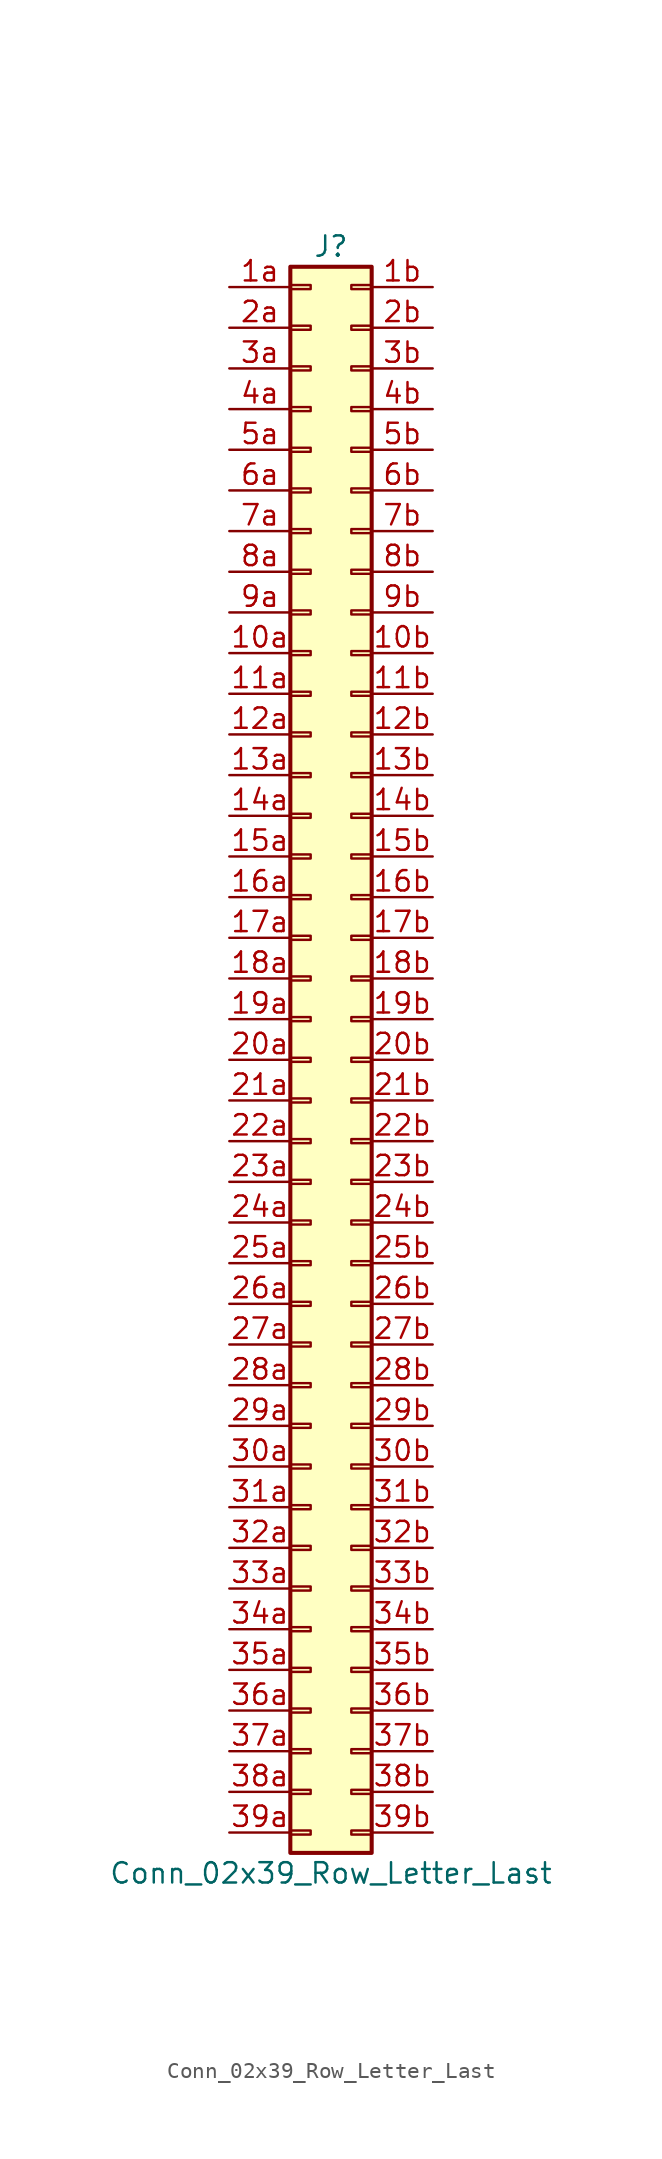
<source format=kicad_sym>
(kicad_symbol_lib
  (version 20201005)
  (generator kicad_symbol_editor)
  (symbol "Conn_02x39_Row_Letter_Last"
    (pin_names
      (offset 1.016) hide)
    (property "Reference" "J"
      (at 1.27 50.8 0)
      (effects (font (size 1.27 1.27))))
    (property "Value" "Conn_02x39_Row_Letter_Last"
      (at 1.27 -50.8 0)
      (effects (font (size 1.27 1.27))))
    (symbol "Conn_02x39_Row_Letter_Last_1_1"
      (rectangle (start -1.27 -48.133) (end 0 -48.387) (stroke (width 0.152)) (fill (type none)))
      (rectangle (start -1.27 -45.593) (end 0 -45.847) (stroke (width 0.152)) (fill (type none)))
      (rectangle (start -1.27 -43.053) (end 0 -43.307) (stroke (width 0.152)) (fill (type none)))
      (rectangle (start -1.27 -40.513) (end 0 -40.767) (stroke (width 0.152)) (fill (type none)))
      (rectangle (start -1.27 -37.973) (end 0 -38.227) (stroke (width 0.152)) (fill (type none)))
      (rectangle (start -1.27 -35.433) (end 0 -35.687) (stroke (width 0.152)) (fill (type none)))
      (rectangle (start -1.27 -32.893) (end 0 -33.147) (stroke (width 0.152)) (fill (type none)))
      (rectangle (start -1.27 -30.353) (end 0 -30.607) (stroke (width 0.152)) (fill (type none)))
      (rectangle (start -1.27 -27.813) (end 0 -28.067) (stroke (width 0.152)) (fill (type none)))
      (rectangle (start -1.27 -25.273) (end 0 -25.527) (stroke (width 0.152)) (fill (type none)))
      (rectangle (start -1.27 -22.733) (end 0 -22.987) (stroke (width 0.152)) (fill (type none)))
      (rectangle (start -1.27 -20.193) (end 0 -20.447) (stroke (width 0.152)) (fill (type none)))
      (rectangle (start -1.27 -17.653) (end 0 -17.907) (stroke (width 0.152)) (fill (type none)))
      (rectangle (start -1.27 -15.113) (end 0 -15.367) (stroke (width 0.152)) (fill (type none)))
      (rectangle (start -1.27 -12.573) (end 0 -12.827) (stroke (width 0.152)) (fill (type none)))
      (rectangle (start -1.27 -10.033) (end 0 -10.287) (stroke (width 0.152)) (fill (type none)))
      (rectangle (start -1.27 -7.493) (end 0 -7.747) (stroke (width 0.152)) (fill (type none)))
      (rectangle (start -1.27 -4.953) (end 0 -5.207) (stroke (width 0.152)) (fill (type none)))
      (rectangle (start -1.27 -2.413) (end 0 -2.667) (stroke (width 0.152)) (fill (type none)))
      (rectangle (start -1.27 0.127) (end 0 -0.127) (stroke (width 0.152)) (fill (type none)))
      (rectangle (start -1.27 2.667) (end 0 2.413) (stroke (width 0.152)) (fill (type none)))
      (rectangle (start -1.27 5.207) (end 0 4.953) (stroke (width 0.152)) (fill (type none)))
      (rectangle (start -1.27 7.747) (end 0 7.493) (stroke (width 0.152)) (fill (type none)))
      (rectangle (start -1.27 10.287) (end 0 10.033) (stroke (width 0.152)) (fill (type none)))
      (rectangle (start -1.27 12.827) (end 0 12.573) (stroke (width 0.152)) (fill (type none)))
      (rectangle (start -1.27 15.367) (end 0 15.113) (stroke (width 0.152)) (fill (type none)))
      (rectangle (start -1.27 17.907) (end 0 17.653) (stroke (width 0.152)) (fill (type none)))
      (rectangle (start -1.27 20.447) (end 0 20.193) (stroke (width 0.152)) (fill (type none)))
      (rectangle (start -1.27 22.987) (end 0 22.733) (stroke (width 0.152)) (fill (type none)))
      (rectangle (start -1.27 25.527) (end 0 25.273) (stroke (width 0.152)) (fill (type none)))
      (rectangle (start -1.27 28.067) (end 0 27.813) (stroke (width 0.152)) (fill (type none)))
      (rectangle (start -1.27 30.607) (end 0 30.353) (stroke (width 0.152)) (fill (type none)))
      (rectangle (start -1.27 33.147) (end 0 32.893) (stroke (width 0.152)) (fill (type none)))
      (rectangle (start -1.27 35.687) (end 0 35.433) (stroke (width 0.152)) (fill (type none)))
      (rectangle (start -1.27 38.227) (end 0 37.973) (stroke (width 0.152)) (fill (type none)))
      (rectangle (start -1.27 40.767) (end 0 40.513) (stroke (width 0.152)) (fill (type none)))
      (rectangle (start -1.27 43.307) (end 0 43.053) (stroke (width 0.152)) (fill (type none)))
      (rectangle (start -1.27 45.847) (end 0 45.593) (stroke (width 0.152)) (fill (type none)))
      (rectangle (start -1.27 48.387) (end 0 48.133) (stroke (width 0.152)) (fill (type none)))
      (rectangle (start 3.81 -48.133) (end 2.54 -48.387) (stroke (width 0.152)) (fill (type none)))
      (rectangle (start 3.81 -45.593) (end 2.54 -45.847) (stroke (width 0.152)) (fill (type none)))
      (rectangle (start 3.81 -43.053) (end 2.54 -43.307) (stroke (width 0.152)) (fill (type none)))
      (rectangle (start 3.81 -40.513) (end 2.54 -40.767) (stroke (width 0.152)) (fill (type none)))
      (rectangle (start 3.81 -37.973) (end 2.54 -38.227) (stroke (width 0.152)) (fill (type none)))
      (rectangle (start 3.81 -35.433) (end 2.54 -35.687) (stroke (width 0.152)) (fill (type none)))
      (rectangle (start 3.81 -32.893) (end 2.54 -33.147) (stroke (width 0.152)) (fill (type none)))
      (rectangle (start 3.81 -30.353) (end 2.54 -30.607) (stroke (width 0.152)) (fill (type none)))
      (rectangle (start 3.81 -27.813) (end 2.54 -28.067) (stroke (width 0.152)) (fill (type none)))
      (rectangle (start 3.81 -25.273) (end 2.54 -25.527) (stroke (width 0.152)) (fill (type none)))
      (rectangle (start 3.81 -22.733) (end 2.54 -22.987) (stroke (width 0.152)) (fill (type none)))
      (rectangle (start 3.81 -20.193) (end 2.54 -20.447) (stroke (width 0.152)) (fill (type none)))
      (rectangle (start 3.81 -17.653) (end 2.54 -17.907) (stroke (width 0.152)) (fill (type none)))
      (rectangle (start 3.81 -15.113) (end 2.54 -15.367) (stroke (width 0.152)) (fill (type none)))
      (rectangle (start 3.81 -12.573) (end 2.54 -12.827) (stroke (width 0.152)) (fill (type none)))
      (rectangle (start 3.81 -10.033) (end 2.54 -10.287) (stroke (width 0.152)) (fill (type none)))
      (rectangle (start 3.81 -7.493) (end 2.54 -7.747) (stroke (width 0.152)) (fill (type none)))
      (rectangle (start 3.81 -4.953) (end 2.54 -5.207) (stroke (width 0.152)) (fill (type none)))
      (rectangle (start 3.81 -2.413) (end 2.54 -2.667) (stroke (width 0.152)) (fill (type none)))
      (rectangle (start 3.81 0.127) (end 2.54 -0.127) (stroke (width 0.152)) (fill (type none)))
      (rectangle (start 3.81 2.667) (end 2.54 2.413) (stroke (width 0.152)) (fill (type none)))
      (rectangle (start 3.81 5.207) (end 2.54 4.953) (stroke (width 0.152)) (fill (type none)))
      (rectangle (start 3.81 7.747) (end 2.54 7.493) (stroke (width 0.152)) (fill (type none)))
      (rectangle (start 3.81 10.287) (end 2.54 10.033) (stroke (width 0.152)) (fill (type none)))
      (rectangle (start 3.81 12.827) (end 2.54 12.573) (stroke (width 0.152)) (fill (type none)))
      (rectangle (start 3.81 15.367) (end 2.54 15.113) (stroke (width 0.152)) (fill (type none)))
      (rectangle (start 3.81 17.907) (end 2.54 17.653) (stroke (width 0.152)) (fill (type none)))
      (rectangle (start 3.81 20.447) (end 2.54 20.193) (stroke (width 0.152)) (fill (type none)))
      (rectangle (start 3.81 22.987) (end 2.54 22.733) (stroke (width 0.152)) (fill (type none)))
      (rectangle (start 3.81 25.527) (end 2.54 25.273) (stroke (width 0.152)) (fill (type none)))
      (rectangle (start 3.81 28.067) (end 2.54 27.813) (stroke (width 0.152)) (fill (type none)))
      (rectangle (start 3.81 30.607) (end 2.54 30.353) (stroke (width 0.152)) (fill (type none)))
      (rectangle (start 3.81 33.147) (end 2.54 32.893) (stroke (width 0.152)) (fill (type none)))
      (rectangle (start 3.81 35.687) (end 2.54 35.433) (stroke (width 0.152)) (fill (type none)))
      (rectangle (start 3.81 38.227) (end 2.54 37.973) (stroke (width 0.152)) (fill (type none)))
      (rectangle (start 3.81 40.767) (end 2.54 40.513) (stroke (width 0.152)) (fill (type none)))
      (rectangle (start 3.81 43.307) (end 2.54 43.053) (stroke (width 0.152)) (fill (type none)))
      (rectangle (start 3.81 45.847) (end 2.54 45.593) (stroke (width 0.152)) (fill (type none)))
      (rectangle (start 3.81 48.387) (end 2.54 48.133) (stroke (width 0.152)) (fill (type none)))
      (rectangle (start -1.27 49.53) (end 3.81 -49.53) (stroke (width 0.254)) (fill (type background)))
      (pin passive line (at -5.08 25.4 0) (length 3.81) (name "Pin_10a" (effects (font (size 1.27 1.27)))) (number "10a" (effects (font (size 1.27 1.27)))))
      (pin passive line (at 7.62 25.4 180) (length 3.81) (name "Pin_10b" (effects (font (size 1.27 1.27)))) (number "10b" (effects (font (size 1.27 1.27)))))
      (pin passive line (at -5.08 22.86 0) (length 3.81) (name "Pin_11a" (effects (font (size 1.27 1.27)))) (number "11a" (effects (font (size 1.27 1.27)))))
      (pin passive line (at 7.62 22.86 180) (length 3.81) (name "Pin_11b" (effects (font (size 1.27 1.27)))) (number "11b" (effects (font (size 1.27 1.27)))))
      (pin passive line (at -5.08 20.32 0) (length 3.81) (name "Pin_12a" (effects (font (size 1.27 1.27)))) (number "12a" (effects (font (size 1.27 1.27)))))
      (pin passive line (at 7.62 20.32 180) (length 3.81) (name "Pin_12b" (effects (font (size 1.27 1.27)))) (number "12b" (effects (font (size 1.27 1.27)))))
      (pin passive line (at -5.08 17.78 0) (length 3.81) (name "Pin_13a" (effects (font (size 1.27 1.27)))) (number "13a" (effects (font (size 1.27 1.27)))))
      (pin passive line (at 7.62 17.78 180) (length 3.81) (name "Pin_13b" (effects (font (size 1.27 1.27)))) (number "13b" (effects (font (size 1.27 1.27)))))
      (pin passive line (at -5.08 15.24 0) (length 3.81) (name "Pin_14a" (effects (font (size 1.27 1.27)))) (number "14a" (effects (font (size 1.27 1.27)))))
      (pin passive line (at 7.62 15.24 180) (length 3.81) (name "Pin_14b" (effects (font (size 1.27 1.27)))) (number "14b" (effects (font (size 1.27 1.27)))))
      (pin passive line (at -5.08 12.7 0) (length 3.81) (name "Pin_15a" (effects (font (size 1.27 1.27)))) (number "15a" (effects (font (size 1.27 1.27)))))
      (pin passive line (at 7.62 12.7 180) (length 3.81) (name "Pin_15b" (effects (font (size 1.27 1.27)))) (number "15b" (effects (font (size 1.27 1.27)))))
      (pin passive line (at -5.08 10.16 0) (length 3.81) (name "Pin_16a" (effects (font (size 1.27 1.27)))) (number "16a" (effects (font (size 1.27 1.27)))))
      (pin passive line (at 7.62 10.16 180) (length 3.81) (name "Pin_16b" (effects (font (size 1.27 1.27)))) (number "16b" (effects (font (size 1.27 1.27)))))
      (pin passive line (at -5.08 7.62 0) (length 3.81) (name "Pin_17a" (effects (font (size 1.27 1.27)))) (number "17a" (effects (font (size 1.27 1.27)))))
      (pin passive line (at 7.62 7.62 180) (length 3.81) (name "Pin_17b" (effects (font (size 1.27 1.27)))) (number "17b" (effects (font (size 1.27 1.27)))))
      (pin passive line (at -5.08 5.08 0) (length 3.81) (name "Pin_18a" (effects (font (size 1.27 1.27)))) (number "18a" (effects (font (size 1.27 1.27)))))
      (pin passive line (at 7.62 5.08 180) (length 3.81) (name "Pin_18b" (effects (font (size 1.27 1.27)))) (number "18b" (effects (font (size 1.27 1.27)))))
      (pin passive line (at -5.08 2.54 0) (length 3.81) (name "Pin_19a" (effects (font (size 1.27 1.27)))) (number "19a" (effects (font (size 1.27 1.27)))))
      (pin passive line (at 7.62 2.54 180) (length 3.81) (name "Pin_19b" (effects (font (size 1.27 1.27)))) (number "19b" (effects (font (size 1.27 1.27)))))
      (pin passive line (at -5.08 48.26 0) (length 3.81) (name "Pin_1a" (effects (font (size 1.27 1.27)))) (number "1a" (effects (font (size 1.27 1.27)))))
      (pin passive line (at 7.62 48.26 180) (length 3.81) (name "Pin_1b" (effects (font (size 1.27 1.27)))) (number "1b" (effects (font (size 1.27 1.27)))))
      (pin passive line (at -5.08 0 0) (length 3.81) (name "Pin_20a" (effects (font (size 1.27 1.27)))) (number "20a" (effects (font (size 1.27 1.27)))))
      (pin passive line (at 7.62 0 180) (length 3.81) (name "Pin_20b" (effects (font (size 1.27 1.27)))) (number "20b" (effects (font (size 1.27 1.27)))))
      (pin passive line (at -5.08 -2.54 0) (length 3.81) (name "Pin_21a" (effects (font (size 1.27 1.27)))) (number "21a" (effects (font (size 1.27 1.27)))))
      (pin passive line (at 7.62 -2.54 180) (length 3.81) (name "Pin_21b" (effects (font (size 1.27 1.27)))) (number "21b" (effects (font (size 1.27 1.27)))))
      (pin passive line (at -5.08 -5.08 0) (length 3.81) (name "Pin_22a" (effects (font (size 1.27 1.27)))) (number "22a" (effects (font (size 1.27 1.27)))))
      (pin passive line (at 7.62 -5.08 180) (length 3.81) (name "Pin_22b" (effects (font (size 1.27 1.27)))) (number "22b" (effects (font (size 1.27 1.27)))))
      (pin passive line (at -5.08 -7.62 0) (length 3.81) (name "Pin_23a" (effects (font (size 1.27 1.27)))) (number "23a" (effects (font (size 1.27 1.27)))))
      (pin passive line (at 7.62 -7.62 180) (length 3.81) (name "Pin_23b" (effects (font (size 1.27 1.27)))) (number "23b" (effects (font (size 1.27 1.27)))))
      (pin passive line (at -5.08 -10.16 0) (length 3.81) (name "Pin_24a" (effects (font (size 1.27 1.27)))) (number "24a" (effects (font (size 1.27 1.27)))))
      (pin passive line (at 7.62 -10.16 180) (length 3.81) (name "Pin_24b" (effects (font (size 1.27 1.27)))) (number "24b" (effects (font (size 1.27 1.27)))))
      (pin passive line (at -5.08 -12.7 0) (length 3.81) (name "Pin_25a" (effects (font (size 1.27 1.27)))) (number "25a" (effects (font (size 1.27 1.27)))))
      (pin passive line (at 7.62 -12.7 180) (length 3.81) (name "Pin_25b" (effects (font (size 1.27 1.27)))) (number "25b" (effects (font (size 1.27 1.27)))))
      (pin passive line (at -5.08 -15.24 0) (length 3.81) (name "Pin_26a" (effects (font (size 1.27 1.27)))) (number "26a" (effects (font (size 1.27 1.27)))))
      (pin passive line (at 7.62 -15.24 180) (length 3.81) (name "Pin_26b" (effects (font (size 1.27 1.27)))) (number "26b" (effects (font (size 1.27 1.27)))))
      (pin passive line (at -5.08 -17.78 0) (length 3.81) (name "Pin_27a" (effects (font (size 1.27 1.27)))) (number "27a" (effects (font (size 1.27 1.27)))))
      (pin passive line (at 7.62 -17.78 180) (length 3.81) (name "Pin_27b" (effects (font (size 1.27 1.27)))) (number "27b" (effects (font (size 1.27 1.27)))))
      (pin passive line (at -5.08 -20.32 0) (length 3.81) (name "Pin_28a" (effects (font (size 1.27 1.27)))) (number "28a" (effects (font (size 1.27 1.27)))))
      (pin passive line (at 7.62 -20.32 180) (length 3.81) (name "Pin_28b" (effects (font (size 1.27 1.27)))) (number "28b" (effects (font (size 1.27 1.27)))))
      (pin passive line (at -5.08 -22.86 0) (length 3.81) (name "Pin_29a" (effects (font (size 1.27 1.27)))) (number "29a" (effects (font (size 1.27 1.27)))))
      (pin passive line (at 7.62 -22.86 180) (length 3.81) (name "Pin_29b" (effects (font (size 1.27 1.27)))) (number "29b" (effects (font (size 1.27 1.27)))))
      (pin passive line (at -5.08 45.72 0) (length 3.81) (name "Pin_2a" (effects (font (size 1.27 1.27)))) (number "2a" (effects (font (size 1.27 1.27)))))
      (pin passive line (at 7.62 45.72 180) (length 3.81) (name "Pin_2b" (effects (font (size 1.27 1.27)))) (number "2b" (effects (font (size 1.27 1.27)))))
      (pin passive line (at -5.08 -25.4 0) (length 3.81) (name "Pin_30a" (effects (font (size 1.27 1.27)))) (number "30a" (effects (font (size 1.27 1.27)))))
      (pin passive line (at 7.62 -25.4 180) (length 3.81) (name "Pin_30b" (effects (font (size 1.27 1.27)))) (number "30b" (effects (font (size 1.27 1.27)))))
      (pin passive line (at -5.08 -27.94 0) (length 3.81) (name "Pin_31a" (effects (font (size 1.27 1.27)))) (number "31a" (effects (font (size 1.27 1.27)))))
      (pin passive line (at 7.62 -27.94 180) (length 3.81) (name "Pin_31b" (effects (font (size 1.27 1.27)))) (number "31b" (effects (font (size 1.27 1.27)))))
      (pin passive line (at -5.08 -30.48 0) (length 3.81) (name "Pin_32a" (effects (font (size 1.27 1.27)))) (number "32a" (effects (font (size 1.27 1.27)))))
      (pin passive line (at 7.62 -30.48 180) (length 3.81) (name "Pin_32b" (effects (font (size 1.27 1.27)))) (number "32b" (effects (font (size 1.27 1.27)))))
      (pin passive line (at -5.08 -33.02 0) (length 3.81) (name "Pin_33a" (effects (font (size 1.27 1.27)))) (number "33a" (effects (font (size 1.27 1.27)))))
      (pin passive line (at 7.62 -33.02 180) (length 3.81) (name "Pin_33b" (effects (font (size 1.27 1.27)))) (number "33b" (effects (font (size 1.27 1.27)))))
      (pin passive line (at -5.08 -35.56 0) (length 3.81) (name "Pin_34a" (effects (font (size 1.27 1.27)))) (number "34a" (effects (font (size 1.27 1.27)))))
      (pin passive line (at 7.62 -35.56 180) (length 3.81) (name "Pin_34b" (effects (font (size 1.27 1.27)))) (number "34b" (effects (font (size 1.27 1.27)))))
      (pin passive line (at -5.08 -38.1 0) (length 3.81) (name "Pin_35a" (effects (font (size 1.27 1.27)))) (number "35a" (effects (font (size 1.27 1.27)))))
      (pin passive line (at 7.62 -38.1 180) (length 3.81) (name "Pin_35b" (effects (font (size 1.27 1.27)))) (number "35b" (effects (font (size 1.27 1.27)))))
      (pin passive line (at -5.08 -40.64 0) (length 3.81) (name "Pin_36a" (effects (font (size 1.27 1.27)))) (number "36a" (effects (font (size 1.27 1.27)))))
      (pin passive line (at 7.62 -40.64 180) (length 3.81) (name "Pin_36b" (effects (font (size 1.27 1.27)))) (number "36b" (effects (font (size 1.27 1.27)))))
      (pin passive line (at -5.08 -43.18 0) (length 3.81) (name "Pin_37a" (effects (font (size 1.27 1.27)))) (number "37a" (effects (font (size 1.27 1.27)))))
      (pin passive line (at 7.62 -43.18 180) (length 3.81) (name "Pin_37b" (effects (font (size 1.27 1.27)))) (number "37b" (effects (font (size 1.27 1.27)))))
      (pin passive line (at -5.08 -45.72 0) (length 3.81) (name "Pin_38a" (effects (font (size 1.27 1.27)))) (number "38a" (effects (font (size 1.27 1.27)))))
      (pin passive line (at 7.62 -45.72 180) (length 3.81) (name "Pin_38b" (effects (font (size 1.27 1.27)))) (number "38b" (effects (font (size 1.27 1.27)))))
      (pin passive line (at -5.08 -48.26 0) (length 3.81) (name "Pin_39a" (effects (font (size 1.27 1.27)))) (number "39a" (effects (font (size 1.27 1.27)))))
      (pin passive line (at 7.62 -48.26 180) (length 3.81) (name "Pin_39b" (effects (font (size 1.27 1.27)))) (number "39b" (effects (font (size 1.27 1.27)))))
      (pin passive line (at -5.08 43.18 0) (length 3.81) (name "Pin_3a" (effects (font (size 1.27 1.27)))) (number "3a" (effects (font (size 1.27 1.27)))))
      (pin passive line (at 7.62 43.18 180) (length 3.81) (name "Pin_3b" (effects (font (size 1.27 1.27)))) (number "3b" (effects (font (size 1.27 1.27)))))
      (pin passive line (at -5.08 40.64 0) (length 3.81) (name "Pin_4a" (effects (font (size 1.27 1.27)))) (number "4a" (effects (font (size 1.27 1.27)))))
      (pin passive line (at 7.62 40.64 180) (length 3.81) (name "Pin_4b" (effects (font (size 1.27 1.27)))) (number "4b" (effects (font (size 1.27 1.27)))))
      (pin passive line (at -5.08 38.1 0) (length 3.81) (name "Pin_5a" (effects (font (size 1.27 1.27)))) (number "5a" (effects (font (size 1.27 1.27)))))
      (pin passive line (at 7.62 38.1 180) (length 3.81) (name "Pin_5b" (effects (font (size 1.27 1.27)))) (number "5b" (effects (font (size 1.27 1.27)))))
      (pin passive line (at -5.08 35.56 0) (length 3.81) (name "Pin_6a" (effects (font (size 1.27 1.27)))) (number "6a" (effects (font (size 1.27 1.27)))))
      (pin passive line (at 7.62 35.56 180) (length 3.81) (name "Pin_6b" (effects (font (size 1.27 1.27)))) (number "6b" (effects (font (size 1.27 1.27)))))
      (pin passive line (at -5.08 33.02 0) (length 3.81) (name "Pin_7a" (effects (font (size 1.27 1.27)))) (number "7a" (effects (font (size 1.27 1.27)))))
      (pin passive line (at 7.62 33.02 180) (length 3.81) (name "Pin_7b" (effects (font (size 1.27 1.27)))) (number "7b" (effects (font (size 1.27 1.27)))))
      (pin passive line (at -5.08 30.48 0) (length 3.81) (name "Pin_8a" (effects (font (size 1.27 1.27)))) (number "8a" (effects (font (size 1.27 1.27)))))
      (pin passive line (at 7.62 30.48 180) (length 3.81) (name "Pin_8b" (effects (font (size 1.27 1.27)))) (number "8b" (effects (font (size 1.27 1.27)))))
      (pin passive line (at -5.08 27.94 0) (length 3.81) (name "Pin_9a" (effects (font (size 1.27 1.27)))) (number "9a" (effects (font (size 1.27 1.27)))))
      (pin passive line (at 7.62 27.94 180) (length 3.81) (name "Pin_9b" (effects (font (size 1.27 1.27)))) (number "9b" (effects (font (size 1.27 1.27))))))))
</source>
